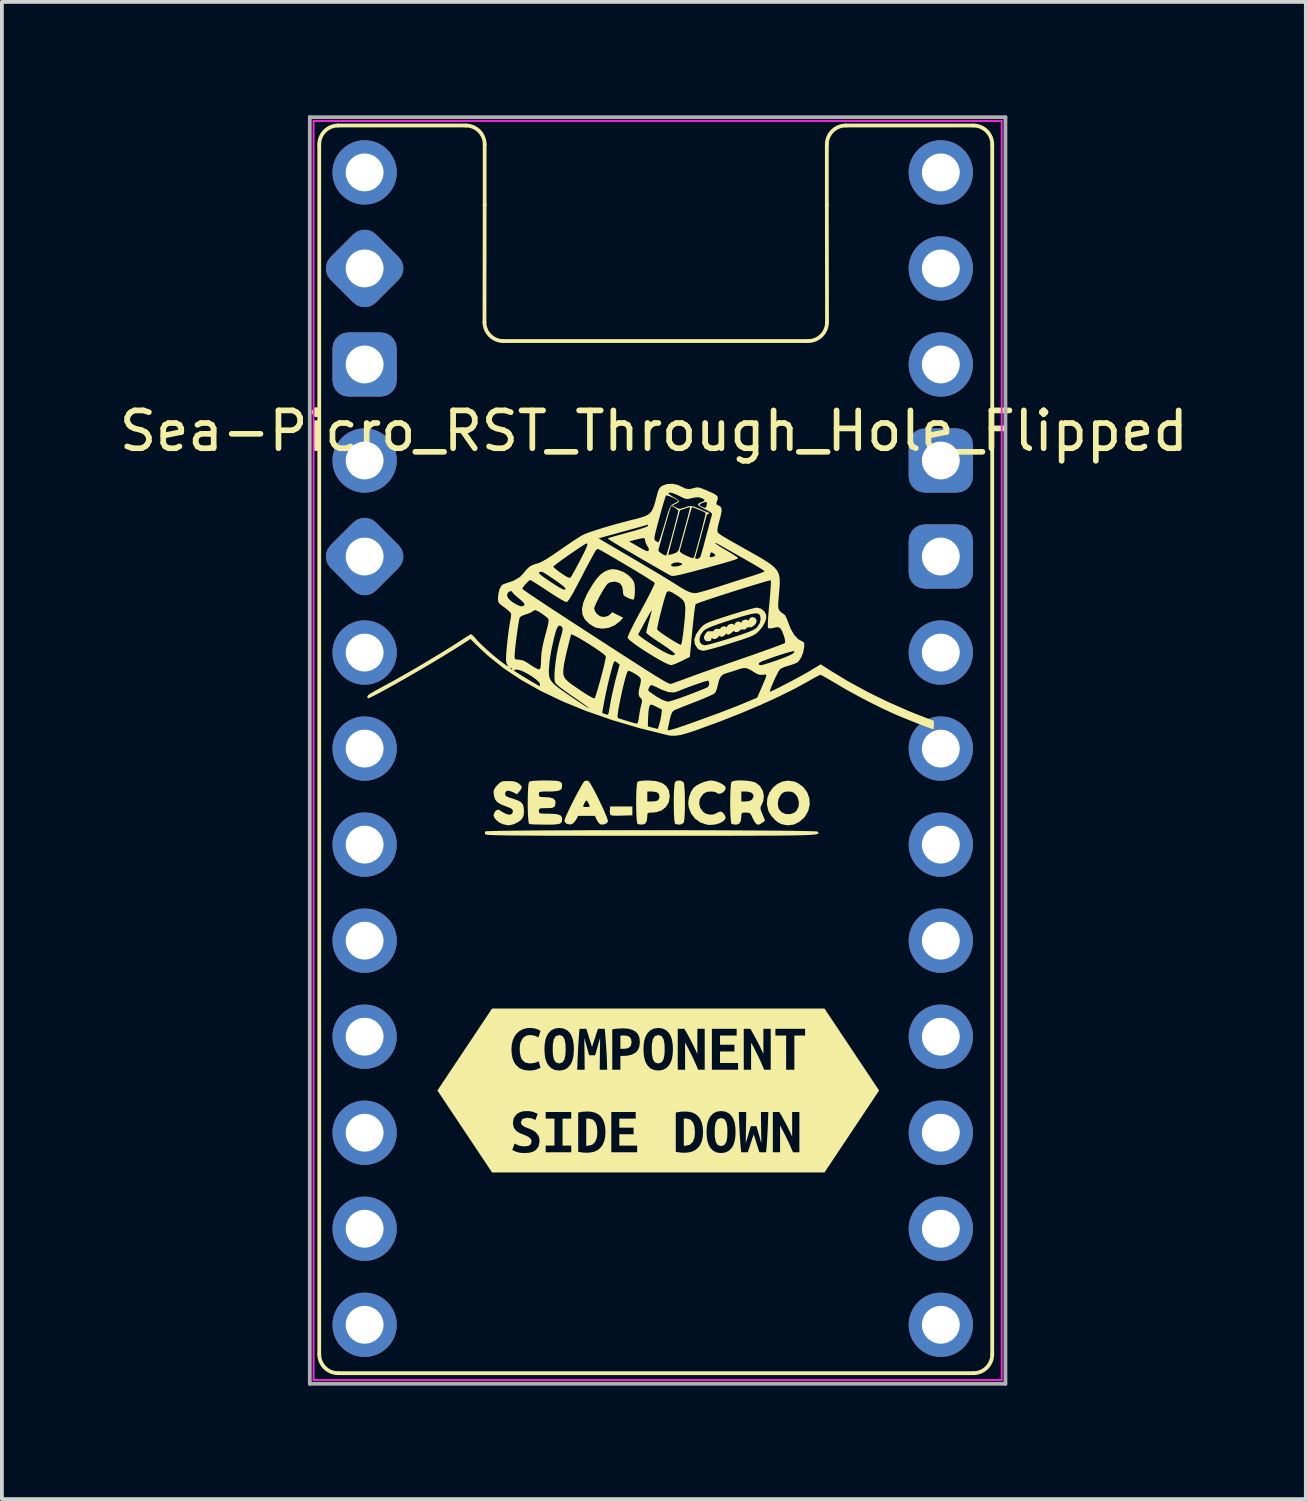
<source format=kicad_pcb>
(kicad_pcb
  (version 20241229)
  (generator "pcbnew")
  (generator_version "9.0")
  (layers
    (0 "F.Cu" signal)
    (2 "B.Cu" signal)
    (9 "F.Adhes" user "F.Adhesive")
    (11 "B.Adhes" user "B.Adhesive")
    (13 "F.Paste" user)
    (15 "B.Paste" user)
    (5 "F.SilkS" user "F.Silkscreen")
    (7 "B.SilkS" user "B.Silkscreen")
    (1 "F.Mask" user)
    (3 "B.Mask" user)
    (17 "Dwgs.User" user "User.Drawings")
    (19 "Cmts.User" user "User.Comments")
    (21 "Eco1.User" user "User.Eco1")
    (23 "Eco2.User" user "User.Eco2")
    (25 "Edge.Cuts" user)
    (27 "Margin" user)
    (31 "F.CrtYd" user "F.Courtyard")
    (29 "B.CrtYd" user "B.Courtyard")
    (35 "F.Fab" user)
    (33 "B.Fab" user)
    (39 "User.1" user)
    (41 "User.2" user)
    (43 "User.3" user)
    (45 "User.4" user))
  (footprint "Sea-Picro_RST_Through_Hole_Flipped"
    (layer "F.Cu")
    (at 14.244 16.75)
    (property "Reference" "Sea-Picro_RST_Through_Hole_Flipped" (at 0 -8.4 0) (unlocked yes) (layer "F.SilkS") (effects (font (size 1 1) (thickness 0.15))))
    (attr through_hole)
    (fp_line (start -8.85 -15.98) (end -8.85 16.02) (stroke (width 0.1) (type solid)) (layer "F.SilkS"))
    (fp_line (start -8.35 16.52) (end 8.45 16.52) (stroke (width 0.1) (type solid)) (layer "F.SilkS"))
    (fp_line (start -4.975 -16.48) (end -8.35 -16.48) (stroke (width 0.1) (type solid)) (layer "F.SilkS"))
    (fp_line (start -4.475 -14.38) (end -4.48 -11.28) (stroke (width 0.1) (type solid)) (layer "F.SilkS"))
    (fp_line (start -4.475 -14.38) (end -4.475 -15.98) (stroke (width 0.1) (type solid)) (layer "F.SilkS"))
    (fp_line (start -3.98 -10.78) (end 4.08 -10.78) (stroke (width 0.1) (type solid)) (layer "F.SilkS"))
    (fp_line (start 4.575 -14.38) (end 4.575 -15.98) (stroke (width 0.1) (type solid)) (layer "F.SilkS"))
    (fp_line (start 4.575 -14.38) (end 4.58 -11.28) (stroke (width 0.1) (type solid)) (layer "F.SilkS"))
    (fp_line (start 5.075 -16.48) (end 8.45 -16.48) (stroke (width 0.1) (type solid)) (layer "F.SilkS"))
    (fp_line (start 8.95 16.02) (end 8.95 -15.98) (stroke (width 0.1) (type solid)) (layer "F.SilkS"))
    (fp_arc (start -8.84951 -15.98) (mid -8.703064 -16.333557) (end -8.34951 -16.48) (stroke (width 0.1) (type solid)) (layer "F.SilkS"))
    (fp_arc (start -8.34951 16.52) (mid -8.703057 16.37355) (end -8.84951 16.02) (stroke (width 0.1) (type solid)) (layer "F.SilkS"))
    (fp_arc (start -4.97451 -16.48) (mid -4.62095 -16.333557) (end -4.47451 -15.98) (stroke (width 0.1) (type solid)) (layer "F.SilkS"))
    (fp_arc (start -3.98 -10.77951) (mid -4.333553 -10.925957) (end -4.48 -11.27951) (stroke (width 0.1) (type solid)) (layer "F.SilkS"))
    (fp_arc (start 4.57549 -15.98) (mid 4.721944 -16.333546) (end 5.07549 -16.48) (stroke (width 0.1) (type solid)) (layer "F.SilkS"))
    (fp_arc (start 4.58 -11.27951) (mid 4.433553 -10.925957) (end 4.08 -10.77951) (stroke (width 0.1) (type solid)) (layer "F.SilkS"))
    (fp_arc (start 8.45049 -16.48) (mid 8.804046 -16.333556) (end 8.95049 -15.98) (stroke (width 0.1) (type solid)) (layer "F.SilkS"))
    (fp_arc (start 8.95049 16.02) (mid 8.80405 16.37356) (end 8.45049 16.52) (stroke (width 0.1) (type solid)) (layer "F.SilkS"))
    (fp_poly (pts (xy -0.568 1.765) (xy -0.854 1.773) (xy -0.992 1.776) (xy -1.081 1.772) (xy -1.132 1.762) (xy -1.155 1.743) (xy -1.156 1.739) (xy -1.165 1.68) (xy -1.163 1.614) (xy -1.154 1.531) (xy -0.568 1.531)) (stroke (width 0) (type solid)) (fill yes) (layer "F.SilkS"))
    (fp_poly (pts (xy -0.779 7.587) (xy -0.832 7.588) (xy -0.885 7.592) (xy -0.885 7.941) (xy -0.798 7.941) (xy -0.708 7.931) (xy -0.643 7.9) (xy -0.603 7.845) (xy -0.59 7.76) (xy -0.603 7.679) (xy -0.642 7.626) (xy -0.702 7.597) (xy -0.779 7.587)) (stroke (width 0) (type solid)) (fill yes) (layer "F.SilkS"))
    (fp_poly (pts (xy -1.789 10.504) (xy -1.77 10.506) (xy -1.751 10.506) (xy -1.63 10.478) (xy -1.551 10.402) (xy -1.508 10.288) (xy -1.498 10.219) (xy -1.495 10.143) (xy -1.505 10.008) (xy -1.541 9.893) (xy -1.612 9.813) (xy -1.727 9.783) (xy -1.758 9.784) (xy -1.789 9.788) (xy -1.789 10.504)) (stroke (width 0) (type solid)) (fill yes) (layer "F.SilkS"))
    (fp_poly (pts (xy 0.792 10.504) (xy 0.811 10.506) (xy 0.83 10.506) (xy 0.951 10.478) (xy 1.03 10.402) (xy 1.073 10.288) (xy 1.083 10.219) (xy 1.086 10.143) (xy 1.076 10.008) (xy 1.039 9.893) (xy 0.969 9.813) (xy 0.854 9.783) (xy 0.823 9.784) (xy 0.792 9.788) (xy 0.792 10.504)) (stroke (width 0) (type solid)) (fill yes) (layer "F.SilkS"))
    (fp_poly (pts (xy 1.609 10.143) (xy 1.61 10.218) (xy 1.615 10.288) (xy 1.639 10.406) (xy 1.69 10.485) (xy 1.778 10.514) (xy 1.864 10.485) (xy 1.916 10.405) (xy 1.94 10.287) (xy 1.946 10.143) (xy 1.945 10.068) (xy 1.94 9.997) (xy 1.916 9.879) (xy 1.865 9.8) (xy 1.778 9.771) (xy 1.69 9.8) (xy 1.639 9.88) (xy 1.615 9.998) (xy 1.609 10.143)) (stroke (width 0) (type solid)) (fill yes) (layer "F.SilkS"))
    (fp_poly (pts (xy -2.675 7.952) (xy -2.674 8.028) (xy -2.669 8.099) (xy -2.645 8.219) (xy -2.593 8.299) (xy -2.504 8.329) (xy -2.416 8.299) (xy -2.364 8.218) (xy -2.339 8.098) (xy -2.335 8.028) (xy -2.333 7.952) (xy -2.335 7.876) (xy -2.339 7.804) (xy -2.364 7.685) (xy -2.415 7.604) (xy -2.504 7.575) (xy -2.593 7.604) (xy -2.645 7.685) (xy -2.669 7.805) (xy -2.674 7.876) (xy -2.675 7.952)) (stroke (width 0) (type solid)) (fill yes) (layer "F.SilkS"))
    (fp_poly (pts (xy -0.056 7.952) (xy -0.054 8.028) (xy -0.05 8.099) (xy -0.025 8.219) (xy 0.026 8.299) (xy 0.115 8.329) (xy 0.203 8.299) (xy 0.256 8.218) (xy 0.28 8.098) (xy 0.285 8.028) (xy 0.286 7.952) (xy 0.285 7.876) (xy 0.28 7.804) (xy 0.256 7.685) (xy 0.204 7.604) (xy 0.115 7.575) (xy 0.026 7.604) (xy -0.025 7.685) (xy -0.05 7.805) (xy -0.054 7.876) (xy -0.056 7.952)) (stroke (width 0) (type solid)) (fill yes) (layer "F.SilkS"))
    (fp_poly (pts (xy 0.708 0.847) (xy 0.774 0.878) (xy 0.791 0.9) (xy 0.802 0.949) (xy 0.811 1.047) (xy 0.818 1.182) (xy 0.821 1.345) (xy 0.822 1.428) (xy 0.82 1.601) (xy 0.815 1.751) (xy 0.807 1.868) (xy 0.797 1.941) (xy 0.791 1.957) (xy 0.739 1.999) (xy 0.657 2.012) (xy 0.566 1.994) (xy 0.566 1.994) (xy 0.552 1.961) (xy 0.541 1.88) (xy 0.533 1.764) (xy 0.529 1.622) (xy 0.527 1.468) (xy 0.527 1.31) (xy 0.531 1.162) (xy 0.538 1.034) (xy 0.548 0.938) (xy 0.56 0.884) (xy 0.564 0.878) (xy 0.629 0.847)) (stroke (width 0) (type solid)) (fill yes) (layer "F.SilkS"))
    (fp_poly (pts (xy 1.609 0.856) (xy 1.714 0.891) (xy 1.809 0.938) (xy 1.877 0.99) (xy 1.9 1.028) (xy 1.888 1.092) (xy 1.842 1.148) (xy 1.777 1.186) (xy 1.711 1.197) (xy 1.66 1.172) (xy 1.656 1.165) (xy 1.618 1.147) (xy 1.543 1.137) (xy 1.505 1.136) (xy 1.407 1.145) (xy 1.334 1.18) (xy 1.288 1.221) (xy 1.219 1.327) (xy 1.198 1.446) (xy 1.224 1.564) (xy 1.294 1.665) (xy 1.368 1.718) (xy 1.473 1.747) (xy 1.582 1.741) (xy 1.657 1.707) (xy 1.723 1.673) (xy 1.765 1.663) (xy 1.818 1.687) (xy 1.867 1.744) (xy 1.896 1.811) (xy 1.894 1.851) (xy 1.841 1.918) (xy 1.745 1.972) (xy 1.623 2.008) (xy 1.491 2.02) (xy 1.407 2.013) (xy 1.232 1.955) (xy 1.088 1.853) (xy 0.982 1.714) (xy 0.921 1.549) (xy 0.909 1.428) (xy 0.929 1.287) (xy 0.98 1.146) (xy 1.049 1.038) (xy 1.13 0.974) (xy 1.245 0.914) (xy 1.372 0.868) (xy 1.487 0.845) (xy 1.51 0.843)) (stroke (width 0) (type solid)) (fill yes) (layer "F.SilkS"))
    (fp_poly (pts (xy 3.709 0.87) (xy 3.809 0.911) (xy 3.954 1.018) (xy 4.056 1.156) (xy 4.113 1.313) (xy 4.123 1.481) (xy 4.084 1.648) (xy 3.995 1.803) (xy 3.974 1.827) (xy 3.845 1.94) (xy 3.7 2.009) (xy 3.551 2.029) (xy 3.499 2.023) (xy 3.421 2.007) (xy 3.374 1.997) (xy 3.29 1.957) (xy 3.196 1.88) (xy 3.109 1.782) (xy 3.043 1.678) (xy 3.029 1.646) (xy 2.99 1.476) (xy 2.991 1.457) (xy 3.278 1.457) (xy 3.297 1.576) (xy 3.31 1.605) (xy 3.383 1.686) (xy 3.485 1.73) (xy 3.598 1.735) (xy 3.705 1.7) (xy 3.77 1.647) (xy 3.826 1.542) (xy 3.837 1.418) (xy 3.804 1.295) (xy 3.76 1.226) (xy 3.697 1.165) (xy 3.629 1.14) (xy 3.558 1.136) (xy 3.466 1.144) (xy 3.402 1.177) (xy 3.355 1.226) (xy 3.298 1.332) (xy 3.278 1.457) (xy 2.991 1.457) (xy 3.001 1.314) (xy 3.055 1.165) (xy 3.143 1.038) (xy 3.26 0.938) (xy 3.398 0.872) (xy 3.55 0.847)) (stroke (width 0) (type solid)) (fill yes) (layer "F.SilkS"))
    (fp_poly (pts (xy 0.056 0.859) (xy 0.217 0.909) (xy 0.33 0.992) (xy 0.398 1.109) (xy 0.421 1.262) (xy 0.421 1.267) (xy 0.395 1.419) (xy 0.321 1.543) (xy 0.207 1.634) (xy 0.058 1.684) (xy -0.041 1.692) (xy -0.122 1.694) (xy -0.161 1.708) (xy -0.173 1.748) (xy -0.173 1.796) (xy -0.188 1.917) (xy -0.233 1.988) (xy -0.308 2.011) (xy -0.313 2.011) (xy -0.387 2.004) (xy -0.429 1.994) (xy -0.443 1.961) (xy -0.454 1.88) (xy -0.461 1.764) (xy -0.466 1.622) (xy -0.468 1.468) (xy -0.468 1.399) (xy -0.173 1.399) (xy -0.048 1.399) (xy 0.039 1.391) (xy 0.102 1.372) (xy 0.113 1.364) (xy 0.143 1.307) (xy 0.149 1.267) (xy 0.129 1.193) (xy 0.067 1.15) (xy -0.042 1.136) (xy -0.048 1.136) (xy -0.173 1.136) (xy -0.173 1.399) (xy -0.468 1.399) (xy -0.468 1.31) (xy -0.464 1.162) (xy -0.457 1.034) (xy -0.447 0.938) (xy -0.435 0.884) (xy -0.431 0.878) (xy -0.381 0.859) (xy -0.283 0.847) (xy -0.152 0.843)) (stroke (width 0) (type solid)) (fill yes) (layer "F.SilkS"))
    (fp_poly (pts (xy -1.732 0.859) (xy -1.699 0.896) (xy -1.649 0.977) (xy -1.587 1.089) (xy -1.517 1.224) (xy -1.444 1.37) (xy -1.374 1.518) (xy -1.31 1.658) (xy -1.259 1.779) (xy -1.225 1.872) (xy -1.213 1.925) (xy -1.214 1.93) (xy -1.256 1.979) (xy -1.329 2.008) (xy -1.406 2.007) (xy -1.417 2.003) (xy -1.458 1.967) (xy -1.502 1.9) (xy -1.51 1.883) (xy -1.56 1.78) (xy -2.002 1.78) (xy -2.061 1.889) (xy -2.131 1.976) (xy -2.215 2.01) (xy -2.308 1.988) (xy -2.317 1.983) (xy -2.358 1.935) (xy -2.366 1.902) (xy -2.352 1.855) (xy -2.315 1.767) (xy -2.261 1.649) (xy -2.205 1.532) (xy -1.871 1.532) (xy -1.845 1.542) (xy -1.784 1.545) (xy -1.783 1.545) (xy -1.721 1.542) (xy -1.695 1.532) (xy -1.695 1.532) (xy -1.707 1.49) (xy -1.736 1.432) (xy -1.766 1.384) (xy -1.783 1.37) (xy -1.806 1.393) (xy -1.837 1.445) (xy -1.863 1.501) (xy -1.871 1.532) (xy -2.205 1.532) (xy -2.195 1.513) (xy -2.122 1.367) (xy -2.047 1.222) (xy -1.976 1.089) (xy -1.913 0.977) (xy -1.865 0.897) (xy -1.835 0.86) (xy -1.834 0.859) (xy -1.764 0.846)) (stroke (width 0) (type solid)) (fill yes) (layer "F.SilkS"))
    (fp_poly (pts (xy 2.457 0.849) (xy 2.577 0.866) (xy 2.673 0.892) (xy 2.695 0.902) (xy 2.806 0.989) (xy 2.879 1.109) (xy 2.91 1.247) (xy 2.895 1.388) (xy 2.856 1.478) (xy 2.828 1.53) (xy 2.819 1.573) (xy 2.83 1.627) (xy 2.863 1.712) (xy 2.872 1.735) (xy 2.942 1.903) (xy 2.873 1.958) (xy 2.795 2.007) (xy 2.732 2.008) (xy 2.676 1.957) (xy 2.62 1.853) (xy 2.578 1.763) (xy 2.545 1.715) (xy 2.504 1.696) (xy 2.441 1.692) (xy 2.431 1.692) (xy 2.356 1.695) (xy 2.323 1.714) (xy 2.314 1.764) (xy 2.314 1.796) (xy 2.299 1.917) (xy 2.255 1.988) (xy 2.179 2.011) (xy 2.174 2.011) (xy 2.101 2.004) (xy 2.058 1.994) (xy 2.044 1.961) (xy 2.034 1.88) (xy 2.026 1.764) (xy 2.021 1.622) (xy 2.019 1.468) (xy 2.019 1.399) (xy 2.314 1.399) (xy 2.429 1.399) (xy 2.519 1.387) (xy 2.585 1.357) (xy 2.59 1.353) (xy 2.637 1.279) (xy 2.63 1.214) (xy 2.577 1.164) (xy 2.481 1.138) (xy 2.44 1.136) (xy 2.314 1.136) (xy 2.314 1.399) (xy 2.019 1.399) (xy 2.02 1.31) (xy 2.024 1.162) (xy 2.03 1.034) (xy 2.04 0.938) (xy 2.053 0.884) (xy 2.056 0.878) (xy 2.112 0.855) (xy 2.208 0.843) (xy 2.328 0.841)) (stroke (width 0) (type solid)) (fill yes) (layer "F.SilkS"))
    (fp_poly (pts (xy -0.972 -4.731) (xy -0.952 -4.727) (xy -0.807 -4.673) (xy -0.674 -4.587) (xy -0.571 -4.481) (xy -0.525 -4.403) (xy -0.509 -4.333) (xy -0.501 -4.234) (xy -0.502 -4.126) (xy -0.51 -4.028) (xy -0.525 -3.959) (xy -0.534 -3.943) (xy -0.57 -3.943) (xy -0.639 -3.965) (xy -0.686 -3.986) (xy -0.765 -4.028) (xy -0.803 -4.067) (xy -0.816 -4.121) (xy -0.817 -4.164) (xy -0.838 -4.289) (xy -0.898 -4.372) (xy -0.998 -4.411) (xy -1.046 -4.415) (xy -1.15 -4.4) (xy -1.22 -4.364) (xy -1.263 -4.311) (xy -1.321 -4.223) (xy -1.387 -4.112) (xy -1.453 -3.992) (xy -1.511 -3.877) (xy -1.555 -3.781) (xy -1.577 -3.717) (xy -1.578 -3.706) (xy -1.559 -3.643) (xy -1.514 -3.57) (xy -1.509 -3.563) (xy -1.42 -3.499) (xy -1.314 -3.481) (xy -1.212 -3.509) (xy -1.163 -3.545) (xy -1.101 -3.608) (xy -0.81 -3.461) (xy -0.894 -3.372) (xy -1.033 -3.263) (xy -1.194 -3.194) (xy -1.363 -3.171) (xy -1.524 -3.196) (xy -1.548 -3.205) (xy -1.619 -3.242) (xy -1.702 -3.296) (xy -1.716 -3.307) (xy -1.826 -3.417) (xy -1.888 -3.544) (xy -1.901 -3.691) (xy -1.866 -3.862) (xy -1.782 -4.061) (xy -1.724 -4.167) (xy -1.609 -4.358) (xy -1.507 -4.501) (xy -1.412 -4.604) (xy -1.316 -4.674) (xy -1.238 -4.711) (xy -1.148 -4.74) (xy -1.07 -4.746)) (stroke (width 0) (type solid)) (fill yes) (layer "F.SilkS"))
    (fp_poly (pts (xy -3.727 0.863) (xy -3.642 0.883) (xy -3.579 0.918) (xy -3.51 0.978) (xy -3.491 1.029) (xy -3.52 1.088) (xy -3.55 1.125) (xy -3.622 1.209) (xy -3.723 1.155) (xy -3.825 1.115) (xy -3.895 1.118) (xy -3.93 1.164) (xy -3.934 1.193) (xy -3.927 1.233) (xy -3.899 1.263) (xy -3.836 1.291) (xy -3.743 1.319) (xy -3.604 1.367) (xy -3.513 1.418) (xy -3.462 1.484) (xy -3.439 1.574) (xy -3.436 1.648) (xy -3.441 1.749) (xy -3.461 1.816) (xy -3.505 1.875) (xy -3.524 1.895) (xy -3.603 1.952) (xy -3.705 1.999) (xy -3.805 2.026) (xy -3.875 2.026) (xy -3.924 2.015) (xy -3.983 2.002) (xy -4.071 1.965) (xy -4.154 1.904) (xy -4.217 1.832) (xy -4.241 1.767) (xy -4.22 1.697) (xy -4.183 1.648) (xy -4.145 1.619) (xy -4.11 1.615) (xy -4.06 1.641) (xy -4.01 1.675) (xy -3.908 1.73) (xy -3.82 1.748) (xy -3.757 1.73) (xy -3.729 1.676) (xy -3.729 1.664) (xy -3.736 1.622) (xy -3.766 1.59) (xy -3.831 1.559) (xy -3.915 1.528) (xy -4.056 1.471) (xy -4.149 1.41) (xy -4.203 1.335) (xy -4.23 1.236) (xy -4.233 1.216) (xy -4.238 1.132) (xy -4.222 1.072) (xy -4.178 1.009) (xy -4.144 0.971) (xy -4.085 0.91) (xy -4.034 0.876) (xy -3.972 0.861) (xy -3.877 0.858) (xy -3.85 0.858)) (stroke (width 0) (type solid)) (fill yes) (layer "F.SilkS"))
    (fp_poly (pts (xy -2.708 0.845) (xy -2.585 0.851) (xy -2.504 0.865) (xy -2.457 0.889) (xy -2.434 0.927) (xy -2.427 0.981) (xy -2.427 0.994) (xy -2.437 1.055) (xy -2.475 1.096) (xy -2.549 1.121) (xy -2.665 1.133) (xy -2.79 1.136) (xy -2.911 1.136) (xy -2.986 1.141) (xy -3.024 1.152) (xy -3.039 1.173) (xy -3.041 1.208) (xy -3.041 1.209) (xy -3.036 1.253) (xy -3.012 1.274) (xy -2.953 1.281) (xy -2.897 1.282) (xy -2.749 1.292) (xy -2.653 1.324) (xy -2.607 1.377) (xy -2.602 1.411) (xy -2.607 1.492) (xy -2.631 1.541) (xy -2.684 1.566) (xy -2.779 1.574) (xy -2.839 1.575) (xy -2.945 1.576) (xy -3.006 1.582) (xy -3.033 1.599) (xy -3.041 1.63) (xy -3.041 1.648) (xy -3.039 1.684) (xy -3.023 1.706) (xy -2.982 1.717) (xy -2.905 1.721) (xy -2.809 1.721) (xy -2.647 1.726) (xy -2.535 1.741) (xy -2.466 1.77) (xy -2.433 1.816) (xy -2.427 1.861) (xy -2.431 1.919) (xy -2.45 1.96) (xy -2.491 1.988) (xy -2.564 2.003) (xy -2.676 2.01) (xy -2.836 2.012) (xy -2.879 2.011) (xy -3.025 2.009) (xy -3.151 2.006) (xy -3.245 2.001) (xy -3.294 1.995) (xy -3.297 1.994) (xy -3.311 1.961) (xy -3.321 1.88) (xy -3.329 1.764) (xy -3.334 1.622) (xy -3.336 1.468) (xy -3.335 1.31) (xy -3.331 1.162) (xy -3.325 1.034) (xy -3.315 0.938) (xy -3.302 0.884) (xy -3.299 0.878) (xy -3.252 0.861) (xy -3.151 0.85) (xy -2.994 0.844) (xy -2.88 0.843)) (stroke (width 0) (type solid)) (fill yes) (layer "F.SilkS"))
    (fp_poly (pts (xy -0.038 2.158) (xy 0.401 2.158) (xy 0.836 2.159) (xy 1.263 2.16) (xy 1.677 2.161) (xy 2.076 2.163) (xy 2.455 2.165) (xy 2.81 2.167) (xy 3.138 2.169) (xy 3.434 2.172) (xy 3.694 2.175) (xy 3.915 2.179) (xy 4.093 2.182) (xy 4.223 2.186) (xy 4.303 2.191) (xy 4.327 2.194) (xy 4.341 2.209) (xy 4.352 2.223) (xy 4.357 2.235) (xy 4.352 2.246) (xy 4.336 2.256) (xy 4.306 2.264) (xy 4.259 2.272) (xy 4.192 2.279) (xy 4.102 2.284) (xy 3.988 2.289) (xy 3.847 2.293) (xy 3.675 2.297) (xy 3.47 2.299) (xy 3.229 2.302) (xy 2.951 2.303) (xy 2.631 2.304) (xy 2.268 2.305) (xy 1.859 2.306) (xy 1.402 2.306) (xy 0.892 2.306) (xy 0.329 2.306) (xy -0.075 2.306) (xy -0.674 2.306) (xy -1.216 2.306) (xy -1.705 2.306) (xy -2.144 2.305) (xy -2.534 2.304) (xy -2.88 2.304) (xy -3.183 2.302) (xy -3.446 2.301) (xy -3.671 2.299) (xy -3.862 2.297) (xy -4.021 2.294) (xy -4.151 2.292) (xy -4.254 2.288) (xy -4.333 2.285) (xy -4.391 2.28) (xy -4.43 2.276) (xy -4.454 2.27) (xy -4.463 2.265) (xy -4.464 2.264) (xy -4.468 2.208) (xy -4.461 2.191) (xy -4.43 2.186) (xy -4.344 2.182) (xy -4.207 2.178) (xy -4.023 2.175) (xy -3.797 2.172) (xy -3.532 2.169) (xy -3.231 2.166) (xy -2.9 2.164) (xy -2.541 2.162) (xy -2.159 2.161) (xy -1.758 2.159) (xy -1.341 2.159) (xy -0.913 2.158) (xy -0.478 2.158)) (stroke (width 0) (type solid)) (fill yes) (layer "F.SilkS"))
    (fp_poly (pts (xy 2.658 -3.468) (xy 2.684 -3.451) (xy 2.72 -3.387) (xy 2.703 -3.318) (xy 2.661 -3.263) (xy 2.584 -3.212) (xy 2.531 -3.209) (xy 2.468 -3.204) (xy 2.447 -3.179) (xy 2.406 -3.149) (xy 2.357 -3.15) (xy 2.303 -3.152) (xy 2.285 -3.138) (xy 2.26 -3.105) (xy 2.207 -3.084) (xy 2.153 -3.083) (xy 2.132 -3.096) (xy 2.103 -3.108) (xy 2.074 -3.081) (xy 2.024 -3.037) (xy 1.973 -3.014) (xy 1.938 -3.019) (xy 1.934 -3.033) (xy 1.92 -3.043) (xy 1.897 -3.021) (xy 1.847 -2.977) (xy 1.795 -2.955) (xy 1.761 -2.962) (xy 1.757 -2.976) (xy 1.744 -2.989) (xy 1.72 -2.966) (xy 1.661 -2.914) (xy 1.598 -2.894) (xy 1.552 -2.911) (xy 1.549 -2.915) (xy 1.529 -2.933) (xy 1.524 -2.902) (xy 1.511 -2.858) (xy 1.497 -2.851) (xy 1.446 -2.842) (xy 1.431 -2.837) (xy 1.381 -2.845) (xy 1.356 -2.865) (xy 1.323 -2.919) (xy 1.331 -2.978) (xy 1.368 -3.044) (xy 1.417 -3.098) (xy 1.479 -3.106) (xy 1.497 -3.103) (xy 1.566 -3.103) (xy 1.595 -3.133) (xy 1.636 -3.167) (xy 1.685 -3.165) (xy 1.739 -3.164) (xy 1.758 -3.178) (xy 1.782 -3.21) (xy 1.836 -3.232) (xy 1.89 -3.233) (xy 1.911 -3.22) (xy 1.93 -3.205) (xy 1.933 -3.224) (xy 1.958 -3.265) (xy 2.013 -3.293) (xy 2.074 -3.302) (xy 2.114 -3.283) (xy 2.133 -3.265) (xy 2.138 -3.293) (xy 2.162 -3.336) (xy 2.215 -3.36) (xy 2.27 -3.357) (xy 2.291 -3.34) (xy 2.31 -3.32) (xy 2.313 -3.342) (xy 2.339 -3.382) (xy 2.395 -3.408) (xy 2.457 -3.411) (xy 2.482 -3.4) (xy 2.513 -3.389) (xy 2.519 -3.414) (xy 2.543 -3.456) (xy 2.597 -3.476)) (stroke (width 0) (type solid)) (fill yes) (layer "F.SilkS"))
    (fp_poly (pts (xy 2.836 -3.701) (xy 2.924 -3.626) (xy 2.968 -3.543) (xy 2.973 -3.451) (xy 2.938 -3.338) (xy 2.87 -3.218) (xy 2.783 -3.114) (xy 2.738 -3.07) (xy 2.693 -3.034) (xy 2.641 -3.002) (xy 2.573 -2.97) (xy 2.481 -2.934) (xy 2.357 -2.891) (xy 2.192 -2.838) (xy 2.021 -2.784) (xy 1.834 -2.726) (xy 1.661 -2.675) (xy 1.511 -2.634) (xy 1.394 -2.604) (xy 1.319 -2.588) (xy 1.302 -2.587) (xy 1.202 -2.614) (xy 1.152 -2.653) (xy 1.082 -2.766) (xy 1.07 -2.89) (xy 1.081 -2.922) (xy 1.21 -2.922) (xy 1.213 -2.834) (xy 1.252 -2.768) (xy 1.325 -2.735) (xy 1.35 -2.734) (xy 1.405 -2.742) (xy 1.505 -2.767) (xy 1.642 -2.805) (xy 1.805 -2.853) (xy 1.985 -2.908) (xy 2.045 -2.928) (xy 2.257 -2.997) (xy 2.419 -3.053) (xy 2.54 -3.098) (xy 2.626 -3.136) (xy 2.685 -3.17) (xy 2.724 -3.203) (xy 2.727 -3.205) (xy 2.801 -3.318) (xy 2.825 -3.436) (xy 2.809 -3.515) (xy 2.789 -3.549) (xy 2.755 -3.57) (xy 2.702 -3.577) (xy 2.623 -3.569) (xy 2.511 -3.545) (xy 2.361 -3.504) (xy 2.167 -3.444) (xy 1.996 -3.39) (xy 1.78 -3.319) (xy 1.614 -3.261) (xy 1.491 -3.214) (xy 1.403 -3.174) (xy 1.344 -3.139) (xy 1.316 -3.115) (xy 1.244 -3.019) (xy 1.21 -2.922) (xy 1.081 -2.922) (xy 1.116 -3.024) (xy 1.219 -3.169) (xy 1.239 -3.192) (xy 1.279 -3.234) (xy 1.319 -3.269) (xy 1.368 -3.3) (xy 1.432 -3.332) (xy 1.521 -3.367) (xy 1.643 -3.41) (xy 1.805 -3.464) (xy 1.991 -3.524) (xy 2.18 -3.583) (xy 2.355 -3.636) (xy 2.508 -3.679) (xy 2.629 -3.71) (xy 2.708 -3.727) (xy 2.728 -3.728)) (stroke (width 0) (type solid)) (fill yes) (layer "F.SilkS"))
    (fp_poly (pts (xy -3.767 6.875) (xy -3.628 7.535) (xy -3.556 7.472) (xy -3.473 7.425) (xy -3.378 7.397) (xy -3.276 7.388) (xy -3.172 7.397) (xy -3.091 7.419) (xy -3.032 7.445) (xy -2.997 7.466) (xy -3.053 7.637) (xy -3.149 7.593) (xy -3.28 7.575) (xy -3.378 7.593) (xy -3.464 7.654) (xy -3.525 7.768) (xy -3.543 7.849) (xy -3.548 7.947) (xy -3.541 8.06) (xy -3.52 8.155) (xy -2.894 7.952) (xy -2.887 7.821) (xy -2.868 7.707) (xy -2.836 7.61) (xy -2.791 7.53) (xy -2.713 7.451) (xy -2.618 7.404) (xy -2.504 7.388) (xy -2.387 7.404) (xy -2.291 7.451) (xy -2.214 7.53) (xy -2.171 7.61) (xy -2.14 7.707) (xy -2.121 7.821) (xy -1.986 7.658) (xy -1.976 7.53) (xy -1.965 7.412) (xy -1.787 7.412) (xy -1.756 7.506) (xy -1.717 7.63) (xy -1.675 7.765) (xy -1.635 7.891) (xy -1.591 7.757) (xy -1.547 7.624) (xy -1.509 7.505) (xy -1.477 7.412) (xy -1.299 7.412) (xy -1.287 7.552) (xy -1.276 7.688) (xy -1.265 7.822) (xy -1.1 8.493) (xy -1.1 7.426) (xy -1.03 7.414) (xy -0.95 7.406) (xy -0.871 7.402) (xy -0.803 7.4) (xy -0.676 7.409) (xy -0.57 7.438) (xy -0.484 7.485) (xy -0.421 7.553) (xy -0.383 7.645) (xy -0.37 7.761) (xy -0.383 7.879) (xy -0.421 7.972) (xy -0.274 7.952) (xy -0.268 7.821) (xy -0.249 7.707) (xy -0.216 7.61) (xy -0.171 7.53) (xy -0.094 7.451) (xy 0.002 7.404) (xy 0.115 7.388) (xy 0.232 7.404) (xy 0.329 7.451) (xy 0.405 7.53) (xy 0.449 7.61) (xy 0.48 7.707) (xy 0.498 7.821) (xy 0.505 7.952) (xy 0.498 8.083) (xy 0.479 8.197) (xy 0.448 8.294) (xy 0.403 8.373) (xy 0.326 8.453) (xy 0.231 8.5) (xy 0.117 8.516) (xy 0 8.5) (xy -0.097 8.453) (xy -0.174 8.373) (xy -0.218 8.294) (xy -0.249 8.197) (xy -0.268 8.083) (xy -0.274 7.952) (xy -0.421 7.972) (xy -0.485 8.042) (xy -0.572 8.09) (xy -0.679 8.119) (xy -0.809 8.128) (xy -0.885 8.128) (xy -0.885 8.493) (xy -1.1 8.493) (xy -1.265 7.822) (xy -1.257 7.954) (xy -1.249 8.087) (xy -1.243 8.22) (xy -1.239 8.355) (xy -1.235 8.493) (xy -1.432 8.493) (xy -1.422 7.653) (xy -1.554 8.111) (xy -1.711 8.111) (xy -1.839 7.653) (xy -1.83 8.493) (xy -2.027 8.493) (xy -2.022 8.358) (xy -2.016 8.217) (xy -2.01 8.074) (xy -2.003 7.933) (xy -1.995 7.793) (xy -1.986 7.658) (xy -2.121 7.821) (xy -2.115 7.952) (xy -2.121 8.083) (xy -2.14 8.197) (xy -2.172 8.294) (xy -2.216 8.373) (xy -2.293 8.453) (xy -2.388 8.5) (xy -2.502 8.516) (xy -2.619 8.5) (xy -2.716 8.453) (xy -2.793 8.373) (xy -2.837 8.294) (xy -2.869 8.197) (xy -2.887 8.083) (xy -2.894 7.952) (xy -3.52 8.155) (xy -3.485 8.23) (xy -3.401 8.304) (xy -3.276 8.329) (xy -3.137 8.31) (xy -3.049 8.271) (xy -2.995 8.441) (xy -3.118 8.492) (xy -3.202 8.51) (xy -3.297 8.516) (xy -3.437 8.5) (xy -3.554 8.451) (xy -3.646 8.369) (xy -3.699 8.288) (xy -3.737 8.191) (xy -3.759 8.079) (xy -3.767 7.952) (xy -3.758 7.825) (xy -3.73 7.713) (xy -3.686 7.616) (xy -3.628 7.535) (xy -3.767 6.875) (xy -4.279 6.875) (xy -3.632 9.671) (xy -3.559 9.624) (xy -3.47 9.596) (xy -3.365 9.587) (xy -3.273 9.592) (xy -3.194 9.609) (xy -3.071 9.659) (xy -3.133 9.823) (xy -3.228 9.781) (xy -3.349 9.764) (xy -3.476 9.795) (xy -3.518 9.886) (xy -3.501 9.94) (xy -3.457 9.982) (xy -3.397 10.014) (xy -3.33 10.039) (xy -3.226 10.082) (xy -3.127 10.143) (xy -3.052 10.24) (xy -3.03 10.305) (xy -3.023 10.385) (xy -3.047 10.518) (xy -2.861 10.676) (xy -2.861 10.5) (xy -2.629 10.5) (xy -2.629 9.786) (xy -2.861 9.786) (xy -2.861 9.611) (xy -2.185 9.611) (xy -2.185 9.786) (xy -2.415 9.786) (xy -2.415 10.5) (xy -2.185 10.5) (xy -2.001 10.664) (xy -2.001 9.625) (xy -1.865 9.604) (xy -1.746 9.599) (xy -1.646 9.607) (xy -1.554 9.63) (xy -1.474 9.67) (xy -1.407 9.727) (xy -1.353 9.802) (xy -1.313 9.896) (xy -1.288 10.009) (xy -1.28 10.143) (xy -1.289 10.28) (xy -1.317 10.395) (xy -1.361 10.489) (xy -1.419 10.564) (xy -1.491 10.621) (xy -1.575 10.66) (xy -1.67 10.682) (xy -1.773 10.69) (xy -1.884 10.684) (xy -2.001 10.664) (xy -2.185 10.5) (xy -2.185 10.676) (xy -2.861 10.676) (xy -3.047 10.518) (xy -3.12 10.617) (xy -3.196 10.662) (xy -3.294 10.689) (xy -3.415 10.698) (xy -3.534 10.691) (xy -3.626 10.67) (xy -3.745 10.617) (xy -3.683 10.445) (xy -3.572 10.497) (xy -3.501 10.515) (xy -3.415 10.521) (xy -3.326 10.51) (xy -3.27 10.479) (xy -3.242 10.434) (xy -3.234 10.383) (xy -3.253 10.325) (xy -3.301 10.279) (xy -3.367 10.243) (xy -3.439 10.213) (xy -3.539 10.174) (xy -3.632 10.117) (xy -3.702 10.032) (xy -3.73 9.905) (xy -3.705 9.772) (xy -3.632 9.671) (xy -4.279 6.875) (xy -5.725 9.043) (xy -4.279 11.211) (xy -1.125 10.676) (xy -1.125 9.611) (xy -0.48 9.611) (xy -0.48 9.786) (xy 0.58 10.664) (xy 0.58 9.625) (xy 0.716 9.604) (xy 0.835 9.599) (xy 0.935 9.607) (xy 1.027 9.63) (xy 1.107 9.67) (xy 1.174 9.727) (xy 1.227 9.802) (xy 1.267 9.896) (xy 1.293 10.009) (xy 1.394 10.143) (xy 1.4 10.013) (xy 1.419 9.901) (xy 1.451 9.806) (xy 1.495 9.727) (xy 1.572 9.649) (xy 1.666 9.602) (xy 1.778 9.587) (xy 1.893 9.602) (xy 1.988 9.649) (xy 2.063 9.727) (xy 2.106 9.806) (xy 2.256 9.878) (xy 2.251 9.742) (xy 2.247 9.611) (xy 2.443 9.611) (xy 2.442 9.714) (xy 2.44 9.821) (xy 2.438 9.929) (xy 2.436 10.037) (xy 2.435 10.143) (xy 2.433 10.247) (xy 2.432 10.346) (xy 2.431 10.439) (xy 2.467 10.318) (xy 2.504 10.189) (xy 2.538 10.072) (xy 2.562 9.988) (xy 2.717 9.988) (xy 2.738 10.069) (xy 2.768 10.175) (xy 2.804 10.301) (xy 2.842 10.439) (xy 2.842 10.346) (xy 2.841 10.247) (xy 2.839 10.143) (xy 2.837 10.038) (xy 2.836 9.93) (xy 2.834 9.822) (xy 2.833 9.714) (xy 2.832 9.611) (xy 3.028 9.611) (xy 3.023 9.744) (xy 3.018 9.88) (xy 3.012 10.018) (xy 3.006 10.155) (xy 2.998 10.291) (xy 2.99 10.425) (xy 2.979 10.554) (xy 2.968 10.676) (xy 2.793 10.676) (xy 2.755 10.563) (xy 2.717 10.443) (xy 2.679 10.321) (xy 2.641 10.205) (xy 2.602 10.318) (xy 2.562 10.44) (xy 2.522 10.563) (xy 2.486 10.676) (xy 2.311 10.676) (xy 2.298 10.554) (xy 2.287 10.424) (xy 2.277 10.29) (xy 2.269 10.154) (xy 2.262 10.017) (xy 2.256 9.878) (xy 2.106 9.806) (xy 2.137 9.901) (xy 2.155 10.013) (xy 2.161 10.143) (xy 2.155 10.272) (xy 2.136 10.384) (xy 2.105 10.48) (xy 2.061 10.558) (xy 1.986 10.636) (xy 1.892 10.683) (xy 1.779 10.698) (xy 1.664 10.683) (xy 1.569 10.636) (xy 1.493 10.558) (xy 1.45 10.48) (xy 1.419 10.384) (xy 1.4 10.272) (xy 1.394 10.143) (xy 1.293 10.009) (xy 1.301 10.143) (xy 1.292 10.28) (xy 1.264 10.395) (xy 1.22 10.489) (xy 1.162 10.564) (xy 1.09 10.621) (xy 1.006 10.66) (xy 0.911 10.682) (xy 0.807 10.69) (xy 0.696 10.684) (xy 0.58 10.664) (xy -0.48 9.786) (xy -0.913 9.786) (xy -0.913 10.026) (xy -0.536 10.026) (xy -0.536 10.201) (xy -0.913 10.201) (xy -0.913 10.5) (xy -0.442 10.5) (xy -0.442 10.676) (xy -1.125 10.676) (xy -4.279 11.211) (xy -3.767 11.211) (xy 3.679 10.676) (xy 3.629 10.558) (xy 3.577 10.44) (xy 3.521 10.322) (xy 3.463 10.205) (xy 3.402 10.087) (xy 3.338 9.969) (xy 3.338 10.676) (xy 3.147 10.676) (xy 3.147 9.611) (xy 3.317 9.611) (xy 3.366 9.69) (xy 3.414 9.775) (xy 3.461 9.864) (xy 3.507 9.952) (xy 3.551 10.038) (xy 3.592 10.122) (xy 3.628 10.199) (xy 3.658 10.266) (xy 3.658 9.611) (xy 3.849 9.611) (xy 3.849 10.676) (xy 3.679 10.676) (xy -3.767 11.211) (xy 4.001 11.211) (xy 4.513 11.211) (xy 5.958 9.043) (xy 1.172 8.493) (xy 1.121 8.373) (xy 1.068 8.254) (xy 1.012 8.134) (xy 0.953 8.015) (xy 0.891 7.895) (xy 0.826 7.775) (xy 0.826 8.493) (xy 0.632 8.493) (xy 0.632 7.412) (xy 0.805 7.412) (xy 0.854 7.492) (xy 0.903 7.579) (xy 0.951 7.669) (xy 0.998 7.758) (xy 1.042 7.846) (xy 1.083 7.931) (xy 1.12 8.009) (xy 1.151 8.078) (xy 1.151 7.412) (xy 1.345 7.412) (xy 1.535 8.493) (xy 1.535 7.412) (xy 2.19 7.412) (xy 2.19 7.59) (xy 1.75 7.59) (xy 1.75 7.833) (xy 2.132 7.833) (xy 2.132 8.011) (xy 1.75 8.011) (xy 1.75 8.315) (xy 2.228 8.315) (xy 2.228 8.493) (xy 1.535 8.493) (xy 1.345 7.412) (xy 1.345 8.493) (xy 1.172 8.493) (xy 5.958 9.043) (xy 4.513 6.875) (xy 3.091 7.412) (xy 3.091 8.493) (xy 3.499 8.493) (xy 3.499 7.59) (xy 3.215 7.59) (xy 3.215 7.412) (xy 4.001 7.412) (xy 4.001 7.59) (xy 3.716 7.59) (xy 3.716 8.493) (xy 3.499 8.493) (xy 3.091 8.493) (xy 2.918 8.493) (xy 2.868 8.373) (xy 2.814 8.254) (xy 2.758 8.134) (xy 2.699 8.015) (xy 2.637 7.895) (xy 2.572 7.775) (xy 2.572 8.493) (xy 2.378 8.493) (xy 2.378 7.412) (xy 2.551 7.412) (xy 2.6 7.492) (xy 2.649 7.579) (xy 2.697 7.669) (xy 2.744 7.758) (xy 2.789 7.846) (xy 2.83 7.931) (xy 2.866 8.009) (xy 2.897 8.078) (xy 2.897 7.412) (xy 3.091 7.412) (xy 4.513 6.875) (xy 4.001 6.875) (xy -3.767 6.875)) (stroke (width 0) (type solid)) (fill yes) (layer "F.SilkS"))
    (fp_poly (pts (xy 0.643 -6.971) (xy 0.719 -6.934) (xy 0.84 -6.876) (xy 0.952 -6.864) (xy 1.072 -6.894) (xy 1.125 -6.908) (xy 1.178 -6.908) (xy 1.247 -6.889) (xy 1.347 -6.85) (xy 1.396 -6.829) (xy 1.534 -6.769) (xy 1.624 -6.723) (xy 1.674 -6.683) (xy 1.692 -6.638) (xy 1.683 -6.581) (xy 1.655 -6.502) (xy 1.654 -6.499) (xy 1.662 -6.455) (xy 1.697 -6.436) (xy 1.754 -6.408) (xy 1.785 -6.362) (xy 1.792 -6.29) (xy 1.774 -6.181) (xy 1.737 -6.041) (xy 1.699 -5.898) (xy 1.682 -5.8) (xy 1.683 -5.741) (xy 1.69 -5.722) (xy 1.703 -5.705) (xy 1.723 -5.686) (xy 1.756 -5.661) (xy 1.808 -5.627) (xy 1.883 -5.582) (xy 1.987 -5.521) (xy 2.126 -5.442) (xy 2.305 -5.341) (xy 2.529 -5.215) (xy 2.545 -5.206) (xy 2.773 -5.077) (xy 2.953 -4.969) (xy 3.093 -4.875) (xy 3.195 -4.787) (xy 3.265 -4.7) (xy 3.308 -4.606) (xy 3.328 -4.497) (xy 3.331 -4.368) (xy 3.32 -4.212) (xy 3.311 -4.108) (xy 3.297 -3.948) (xy 3.289 -3.836) (xy 3.289 -3.76) (xy 3.296 -3.708) (xy 3.312 -3.671) (xy 3.32 -3.656) (xy 3.374 -3.598) (xy 3.423 -3.568) (xy 3.473 -3.525) (xy 3.52 -3.429) (xy 3.53 -3.398) (xy 3.617 -3.174) (xy 3.713 -3.006) (xy 3.82 -2.893) (xy 3.929 -2.834) (xy 3.965 -2.814) (xy 3.98 -2.774) (xy 3.977 -2.697) (xy 3.976 -2.679) (xy 3.948 -2.538) (xy 3.897 -2.41) (xy 3.831 -2.311) (xy 3.792 -2.277) (xy 3.729 -2.247) (xy 3.632 -2.213) (xy 3.555 -2.19) (xy 3.454 -2.158) (xy 3.371 -2.121) (xy 3.334 -2.096) (xy 3.305 -2.052) (xy 3.263 -1.975) (xy 3.214 -1.876) (xy 3.165 -1.769) (xy 3.121 -1.666) (xy 3.086 -1.579) (xy 3.068 -1.521) (xy 3.069 -1.505) (xy 3.107 -1.518) (xy 3.187 -1.555) (xy 3.299 -1.61) (xy 3.434 -1.679) (xy 3.582 -1.756) (xy 3.734 -1.837) (xy 3.881 -1.916) (xy 4.013 -1.989) (xy 4.121 -2.051) (xy 4.148 -2.068) (xy 4.413 -2.229) (xy 4.673 -2.062) (xy 5.142 -1.778) (xy 5.652 -1.5) (xy 6.187 -1.238) (xy 6.728 -1) (xy 7.003 -0.889) (xy 7.406 -0.734) (xy 7.406 -0.622) (xy 7.403 -0.55) (xy 7.396 -0.512) (xy 7.394 -0.51) (xy 7.359 -0.52) (xy 7.279 -0.549) (xy 7.166 -0.591) (xy 7.029 -0.644) (xy 6.88 -0.703) (xy 6.727 -0.763) (xy 6.582 -0.822) (xy 6.455 -0.874) (xy 6.356 -0.917) (xy 6.354 -0.918) (xy 6.062 -1.053) (xy 5.742 -1.211) (xy 5.417 -1.381) (xy 5.105 -1.551) (xy 4.831 -1.712) (xy 4.694 -1.793) (xy 4.574 -1.863) (xy 4.48 -1.916) (xy 4.421 -1.946) (xy 4.406 -1.951) (xy 4.37 -1.937) (xy 4.296 -1.899) (xy 4.195 -1.844) (xy 4.114 -1.797) (xy 3.734 -1.588) (xy 3.303 -1.374) (xy 2.827 -1.156) (xy 2.313 -0.939) (xy 1.767 -0.724) (xy 1.196 -0.514) (xy 1.065 -0.468) (xy 0.863 -0.402) (xy 0.702 -0.36) (xy 0.571 -0.34) (xy 0.459 -0.34) (xy 0.368 -0.354) (xy -0.224 -0.503) (xy 0.364 -0.503) (xy 0.368 -0.487) (xy 0.395 -0.485) (xy 0.453 -0.496) (xy 0.547 -0.524) (xy 0.685 -0.569) (xy 0.844 -0.624) (xy 1.043 -0.694) (xy 1.259 -0.772) (xy 1.471 -0.849) (xy 1.659 -0.918) (xy 1.731 -0.944) (xy 1.908 -1.012) (xy 2.098 -1.086) (xy 2.28 -1.158) (xy 2.428 -1.22) (xy 2.733 -1.347) (xy 2.844 -1.604) (xy 2.908 -1.751) (xy 2.95 -1.852) (xy 2.971 -1.916) (xy 2.972 -1.949) (xy 2.954 -1.96) (xy 2.918 -1.958) (xy 2.886 -1.953) (xy 2.803 -1.95) (xy 2.723 -1.978) (xy 2.664 -2.014) (xy 2.548 -2.086) (xy 2.458 -2.124) (xy 2.377 -2.131) (xy 2.285 -2.112) (xy 2.228 -2.092) (xy 2.113 -2.053) (xy 1.999 -2.018) (xy 1.945 -2.003) (xy 1.841 -1.965) (xy 1.771 -1.905) (xy 1.724 -1.809) (xy 1.696 -1.692) (xy 1.67 -1.59) (xy 1.637 -1.505) (xy 1.613 -1.467) (xy 1.571 -1.44) (xy 1.483 -1.397) (xy 1.361 -1.343) (xy 1.214 -1.282) (xy 1.083 -1.231) (xy 0.922 -1.169) (xy 0.776 -1.111) (xy 0.656 -1.063) (xy 0.572 -1.028) (xy 0.537 -1.012) (xy 0.495 -0.975) (xy 0.461 -0.91) (xy 0.429 -0.805) (xy 0.397 -0.656) (xy 0.38 -0.571) (xy 0.365 -0.505) (xy 0.364 -0.503) (xy -0.224 -0.503) (xy -0.398 -0.546) (xy -0.534 -0.587) (xy -0.159 -0.587) (xy -0.027 -0.553) (xy 0.105 -0.52) (xy 0.142 -0.639) (xy 0.171 -0.748) (xy 0.194 -0.868) (xy 0.197 -0.895) (xy 0.215 -1.032) (xy 0.066 -1.107) (xy -0.019 -1.149) (xy -0.067 -1.165) (xy -0.093 -1.157) (xy -0.113 -1.127) (xy -0.115 -1.124) (xy -0.13 -1.069) (xy -0.143 -0.973) (xy -0.151 -0.855) (xy -0.152 -0.827) (xy -0.159 -0.587) (xy -0.534 -0.587) (xy -1.117 -0.759) (xy -1.341 -0.838) (xy -0.96 -0.838) (xy -0.955 -0.813) (xy -0.923 -0.799) (xy -0.85 -0.775) (xy -0.754 -0.744) (xy -0.649 -0.713) (xy -0.552 -0.684) (xy -0.478 -0.665) (xy -0.448 -0.659) (xy -0.426 -0.684) (xy -0.407 -0.754) (xy -0.396 -0.824) (xy -0.377 -0.953) (xy -0.351 -1.087) (xy -0.337 -1.143) (xy -0.316 -1.232) (xy -0.313 -1.284) (xy -0.33 -1.319) (xy -0.353 -1.34) (xy -0.391 -1.388) (xy -0.404 -1.456) (xy -0.394 -1.553) (xy -0.147 -1.553) (xy -0.14 -1.524) (xy -0.112 -1.504) (xy -0.054 -1.462) (xy -0.027 -1.442) (xy 0.099 -1.358) (xy 0.222 -1.292) (xy 0.325 -1.252) (xy 0.376 -1.242) (xy 0.425 -1.252) (xy 0.518 -1.28) (xy 0.644 -1.322) (xy 0.793 -1.375) (xy 0.918 -1.421) (xy 1.075 -1.481) (xy 1.215 -1.537) (xy 1.328 -1.582) (xy 1.402 -1.615) (xy 1.429 -1.629) (xy 1.458 -1.679) (xy 1.465 -1.728) (xy 1.452 -1.781) (xy 1.429 -1.797) (xy 1.384 -1.787) (xy 1.298 -1.761) (xy 1.184 -1.722) (xy 1.054 -1.677) (xy 0.921 -1.629) (xy 0.799 -1.583) (xy 0.7 -1.543) (xy 0.64 -1.516) (xy 0.519 -1.483) (xy 0.375 -1.497) (xy 0.204 -1.56) (xy 0.144 -1.59) (xy 0.049 -1.636) (xy -0.029 -1.669) (xy -0.071 -1.68) (xy -0.102 -1.657) (xy -0.132 -1.606) (xy -0.147 -1.553) (xy -0.394 -1.553) (xy -0.394 -1.554) (xy -0.366 -1.671) (xy -0.345 -1.767) (xy -0.343 -1.828) (xy -0.361 -1.872) (xy -0.364 -1.876) (xy -0.407 -1.917) (xy -0.477 -1.965) (xy -0.556 -2.012) (xy -0.628 -2.046) (xy -0.676 -2.059) (xy -0.685 -2.057) (xy -0.707 -2.012) (xy -0.737 -1.923) (xy -0.772 -1.799) (xy -0.809 -1.65) (xy -0.847 -1.489) (xy -0.882 -1.323) (xy -0.914 -1.165) (xy -0.939 -1.025) (xy -0.955 -0.912) (xy -0.96 -0.838) (xy -1.341 -0.838) (xy -1.647 -0.944) (xy -1.367 -0.944) (xy -1.304 -0.919) (xy -1.243 -0.898) (xy -1.211 -0.906) (xy -1.194 -0.955) (xy -1.184 -1.014) (xy -1.119 -1.369) (xy -1.031 -1.751) (xy -0.992 -1.901) (xy -0.905 -2.221) (xy -0.969 -2.274) (xy -1.017 -2.308) (xy -1.045 -2.301) (xy -1.056 -2.285) (xy -1.077 -2.231) (xy -1.107 -2.131) (xy -1.143 -1.996) (xy -1.183 -1.839) (xy -1.223 -1.671) (xy -1.261 -1.503) (xy -1.293 -1.347) (xy -1.312 -1.251) (xy -1.367 -0.944) (xy -1.647 -0.944) (xy -1.788 -0.993) (xy -2.41 -1.247) (xy -2.982 -1.52) (xy -3.502 -1.812) (xy -3.884 -2.065) (xy -3.701 -2.065) (xy -3.697 -2.061) (xy -3.665 -2.038) (xy -3.596 -1.994) (xy -3.5 -1.934) (xy -3.39 -1.867) (xy -3.277 -1.799) (xy -3.172 -1.736) (xy -3.087 -1.687) (xy -3.033 -1.657) (xy -3.02 -1.651) (xy -3.013 -1.675) (xy -3.012 -1.709) (xy -3.037 -1.757) (xy -3.102 -1.819) (xy -3.197 -1.89) (xy -3.306 -1.96) (xy -3.42 -2.022) (xy -3.489 -2.052) (xy -2.777 -2.052) (xy -2.775 -1.962) (xy -2.763 -1.886) (xy -2.735 -1.818) (xy -2.686 -1.751) (xy -2.61 -1.678) (xy -2.501 -1.592) (xy -2.352 -1.486) (xy -2.219 -1.394) (xy -2.071 -1.293) (xy -1.939 -1.205) (xy -1.83 -1.135) (xy -1.752 -1.086) (xy -1.714 -1.066) (xy -1.712 -1.066) (xy -1.726 -1.081) (xy -1.781 -1.124) (xy -1.872 -1.19) (xy -1.99 -1.273) (xy -2.129 -1.369) (xy -2.136 -1.373) (xy -2.318 -1.501) (xy -2.46 -1.606) (xy -2.558 -1.687) (xy -2.609 -1.742) (xy -2.615 -1.753) (xy -2.628 -1.831) (xy -2.629 -1.955) (xy -2.622 -2.063) (xy -2.395 -2.063) (xy -2.395 -1.977) (xy -2.377 -1.905) (xy -2.335 -1.84) (xy -2.265 -1.77) (xy -2.158 -1.689) (xy -2.01 -1.586) (xy -1.978 -1.564) (xy -1.833 -1.468) (xy -1.712 -1.393) (xy -1.624 -1.345) (xy -1.575 -1.327) (xy -1.567 -1.328) (xy -1.551 -1.364) (xy -1.523 -1.447) (xy -1.487 -1.567) (xy -1.443 -1.716) (xy -1.399 -1.876) (xy -1.355 -2.044) (xy -1.318 -2.194) (xy -1.29 -2.317) (xy -1.274 -2.403) (xy -1.271 -2.441) (xy -1.3 -2.475) (xy -1.367 -2.529) (xy -1.462 -2.598) (xy -1.577 -2.676) (xy -1.704 -2.758) (xy -1.832 -2.837) (xy -1.953 -2.909) (xy -2.058 -2.967) (xy -2.138 -3.006) (xy -2.185 -3.021) (xy -2.193 -3.016) (xy -2.199 -2.985) (xy -2.218 -2.909) (xy -2.246 -2.8) (xy -2.278 -2.672) (xy -2.315 -2.521) (xy -2.348 -2.371) (xy -2.373 -2.244) (xy -2.384 -2.173) (xy -2.395 -2.063) (xy -2.622 -2.063) (xy -2.619 -2.111) (xy -2.599 -2.288) (xy -2.572 -2.473) (xy -2.537 -2.655) (xy -2.498 -2.821) (xy -2.486 -2.862) (xy -2.446 -3.002) (xy -2.422 -3.097) (xy -2.413 -3.158) (xy -2.418 -3.196) (xy -2.434 -3.222) (xy -2.437 -3.224) (xy -2.481 -3.255) (xy -2.52 -3.248) (xy -2.556 -3.199) (xy -2.593 -3.102) (xy -2.634 -2.952) (xy -2.642 -2.919) (xy -2.71 -2.61) (xy -2.755 -2.337) (xy -2.776 -2.108) (xy -2.777 -2.052) (xy -3.489 -2.052) (xy -3.523 -2.067) (xy -3.605 -2.089) (xy -3.619 -2.09) (xy -3.688 -2.084) (xy -3.701 -2.065) (xy -3.884 -2.065) (xy -3.969 -2.122) (xy -3.991 -2.14) (xy -3.797 -2.14) (xy -3.79 -2.124) (xy -3.761 -2.092) (xy -3.744 -2.099) (xy -3.743 -2.103) (xy -3.764 -2.127) (xy -3.777 -2.136) (xy -3.797 -2.14) (xy -3.991 -2.14) (xy -4.383 -2.451) (xy -4.611 -2.663) (xy -4.851 -2.899) (xy -5.094 -2.742) (xy -5.264 -2.634) (xy -5.458 -2.514) (xy -5.67 -2.385) (xy -5.896 -2.25) (xy -6.128 -2.113) (xy -6.361 -1.978) (xy -6.59 -1.846) (xy -6.808 -1.722) (xy -7.009 -1.61) (xy -7.189 -1.511) (xy -7.34 -1.431) (xy -7.457 -1.372) (xy -7.534 -1.337) (xy -7.561 -1.329) (xy -7.575 -1.353) (xy -7.577 -1.372) (xy -7.574 -1.388) (xy -7.563 -1.406) (xy -7.536 -1.429) (xy -7.488 -1.46) (xy -7.414 -1.505) (xy -7.306 -1.565) (xy -7.16 -1.645) (xy -6.969 -1.749) (xy -6.933 -1.768) (xy -6.747 -1.871) (xy -6.532 -1.994) (xy -6.296 -2.13) (xy -6.052 -2.274) (xy -5.81 -2.419) (xy -5.58 -2.559) (xy -5.373 -2.687) (xy -5.2 -2.797) (xy -5.115 -2.853) (xy -5.007 -2.924) (xy -4.916 -2.981) (xy -4.854 -3.017) (xy -4.832 -3.026) (xy -4.801 -3.005) (xy -4.748 -2.951) (xy -4.712 -2.909) (xy -4.64 -2.829) (xy -4.534 -2.725) (xy -4.405 -2.606) (xy -4.266 -2.485) (xy -4.129 -2.37) (xy -4.005 -2.274) (xy -3.974 -2.251) (xy -3.897 -2.197) (xy -3.86 -2.176) (xy -3.857 -2.187) (xy -3.876 -2.219) (xy -3.895 -2.255) (xy -3.907 -2.298) (xy -3.911 -2.361) (xy -3.908 -2.434) (xy -3.684 -2.434) (xy -3.679 -2.381) (xy -3.651 -2.358) (xy -3.584 -2.353) (xy -3.572 -2.353) (xy -3.449 -2.329) (xy -3.344 -2.269) (xy -3.248 -2.204) (xy -3.154 -2.146) (xy -3.078 -2.106) (xy -3.037 -2.091) (xy -3.012 -2.113) (xy -3 -2.136) (xy -2.991 -2.188) (xy -2.985 -2.278) (xy -2.983 -2.381) (xy -2.972 -2.532) (xy -2.942 -2.713) (xy -2.906 -2.869) (xy -2.857 -3.057) (xy -2.82 -3.196) (xy -2.797 -3.296) (xy -2.785 -3.363) (xy -2.785 -3.408) (xy -2.796 -3.437) (xy -2.817 -3.46) (xy -2.848 -3.484) (xy -2.862 -3.495) (xy -2.95 -3.562) (xy -3.043 -3.621) (xy -3.055 -3.628) (xy -3.122 -3.66) (xy -3.162 -3.661) (xy -3.197 -3.636) (xy -3.251 -3.601) (xy -3.336 -3.566) (xy -3.375 -3.554) (xy -3.462 -3.523) (xy -3.527 -3.488) (xy -3.543 -3.475) (xy -3.556 -3.435) (xy -3.573 -3.349) (xy -3.593 -3.228) (xy -3.614 -3.084) (xy -3.635 -2.928) (xy -3.654 -2.772) (xy -3.67 -2.628) (xy -3.68 -2.507) (xy -3.684 -2.434) (xy -3.908 -2.434) (xy -3.907 -2.454) (xy -3.898 -2.589) (xy -3.89 -2.681) (xy -3.873 -2.851) (xy -3.853 -3.023) (xy -3.832 -3.177) (xy -3.814 -3.29) (xy -3.794 -3.402) (xy -3.779 -3.497) (xy -3.773 -3.554) (xy -3.773 -3.558) (xy -3.795 -3.598) (xy -3.855 -3.658) (xy -3.939 -3.724) (xy -3.948 -3.731) (xy -4.039 -3.796) (xy -4.091 -3.844) (xy -4.116 -3.889) (xy -4.123 -3.946) (xy -4.124 -3.981) (xy -4.116 -4.055) (xy -3.885 -4.055) (xy -3.854 -3.978) (xy -3.769 -3.895) (xy -3.707 -3.854) (xy -3.593 -3.79) (xy -3.513 -3.763) (xy -3.458 -3.77) (xy -3.427 -3.795) (xy -3.422 -3.825) (xy -3.453 -3.869) (xy -3.524 -3.934) (xy -3.57 -3.972) (xy -3.653 -4.042) (xy -3.714 -4.1) (xy -3.743 -4.136) (xy -3.743 -4.139) (xy -3.764 -4.165) (xy -3.809 -4.16) (xy -3.857 -4.128) (xy -3.86 -4.124) (xy -3.885 -4.055) (xy -4.116 -4.055) (xy -4.112 -4.095) (xy -4.083 -4.21) (xy -4.077 -4.225) (xy -4.076 -4.227) (xy -3.48 -4.227) (xy -3.456 -4.207) (xy -3.388 -4.158) (xy -3.28 -4.083) (xy -3.136 -3.986) (xy -2.962 -3.87) (xy -2.762 -3.737) (xy -2.54 -3.592) (xy -2.302 -3.437) (xy -2.244 -3.399) (xy -1.827 -3.128) (xy -1.456 -2.888) (xy -1.129 -2.676) (xy -0.843 -2.491) (xy -0.594 -2.331) (xy -0.38 -2.194) (xy -0.199 -2.078) (xy -0.047 -1.982) (xy 0.079 -1.904) (xy 0.181 -1.842) (xy 0.261 -1.794) (xy 0.324 -1.759) (xy 0.371 -1.735) (xy 0.406 -1.72) (xy 0.431 -1.713) (xy 0.444 -1.711) (xy 0.476 -1.72) (xy 0.553 -1.747) (xy 0.665 -1.787) (xy 0.803 -1.837) (xy 0.883 -1.867) (xy 1.01 -1.914) (xy 1.183 -1.977) (xy 1.392 -2.051) (xy 1.628 -2.135) (xy 1.881 -2.223) (xy 1.901 -2.231) (xy 2.771 -2.231) (xy 2.806 -2.209) (xy 2.836 -2.207) (xy 2.881 -2.216) (xy 2.97 -2.242) (xy 3.09 -2.28) (xy 3.229 -2.327) (xy 3.266 -2.34) (xy 3.454 -2.409) (xy 3.588 -2.465) (xy 3.674 -2.51) (xy 3.713 -2.546) (xy 3.711 -2.575) (xy 3.709 -2.578) (xy 3.676 -2.575) (xy 3.599 -2.557) (xy 3.489 -2.525) (xy 3.357 -2.484) (xy 3.214 -2.437) (xy 3.071 -2.387) (xy 2.939 -2.339) (xy 2.847 -2.303) (xy 2.785 -2.266) (xy 2.771 -2.231) (xy 1.901 -2.231) (xy 2.141 -2.314) (xy 2.371 -2.394) (xy 2.609 -2.477) (xy 2.831 -2.555) (xy 3.028 -2.625) (xy 3.197 -2.686) (xy 3.33 -2.736) (xy 3.421 -2.771) (xy 3.464 -2.79) (xy 3.466 -2.791) (xy 3.473 -2.833) (xy 3.46 -2.91) (xy 3.432 -3.003) (xy 3.397 -3.093) (xy 3.358 -3.164) (xy 3.339 -3.186) (xy 3.297 -3.21) (xy 3.237 -3.209) (xy 3.17 -3.194) (xy 3.075 -3.177) (xy 3.022 -3.186) (xy 3.02 -3.188) (xy 3.014 -3.226) (xy 3.015 -3.315) (xy 3.022 -3.449) (xy 3.034 -3.619) (xy 3.053 -3.821) (xy 3.053 -3.824) (xy 3.07 -4.007) (xy 3.083 -4.169) (xy 3.092 -4.302) (xy 3.096 -4.398) (xy 3.095 -4.447) (xy 3.094 -4.451) (xy 3.063 -4.447) (xy 2.984 -4.426) (xy 2.865 -4.392) (xy 2.714 -4.347) (xy 2.538 -4.294) (xy 2.345 -4.234) (xy 2.142 -4.17) (xy 1.938 -4.105) (xy 1.74 -4.041) (xy 1.556 -3.981) (xy 1.394 -3.926) (xy 1.26 -3.88) (xy 1.164 -3.845) (xy 1.112 -3.824) (xy 1.106 -3.82) (xy 1.096 -3.784) (xy 1.082 -3.699) (xy 1.065 -3.572) (xy 1.047 -3.412) (xy 1.028 -3.228) (xy 1.016 -3.11) (xy 0.953 -2.426) (xy 0.734 -2.317) (xy 0.625 -2.266) (xy 0.53 -2.228) (xy 0.466 -2.209) (xy 0.456 -2.208) (xy 0.397 -2.223) (xy 0.302 -2.266) (xy 0.18 -2.33) (xy 0.04 -2.41) (xy -0.109 -2.5) (xy -0.258 -2.595) (xy -0.399 -2.688) (xy -0.522 -2.775) (xy -0.618 -2.85) (xy -0.678 -2.906) (xy -0.695 -2.932) (xy -0.683 -2.975) (xy -0.667 -3.014) (xy -0.417 -3.014) (xy -0.325 -2.939) (xy -0.264 -2.895) (xy -0.167 -2.829) (xy -0.047 -2.75) (xy 0.082 -2.668) (xy 0.25 -2.569) (xy 0.385 -2.503) (xy 0.482 -2.47) (xy 0.54 -2.473) (xy 0.556 -2.507) (xy 0.532 -2.535) (xy 0.467 -2.587) (xy 0.37 -2.658) (xy 0.248 -2.741) (xy 0.176 -2.788) (xy 0.045 -2.875) (xy -0.066 -2.952) (xy -0.149 -3.015) (xy -0.196 -3.056) (xy -0.203 -3.066) (xy -0.195 -3.108) (xy -0.186 -3.148) (xy 0.089 -3.148) (xy 0.122 -3.116) (xy 0.191 -3.063) (xy 0.285 -2.998) (xy 0.393 -2.927) (xy 0.501 -2.859) (xy 0.6 -2.8) (xy 0.675 -2.76) (xy 0.717 -2.744) (xy 0.719 -2.744) (xy 0.731 -2.775) (xy 0.747 -2.854) (xy 0.765 -2.973) (xy 0.784 -3.121) (xy 0.8 -3.263) (xy 0.82 -3.47) (xy 0.831 -3.628) (xy 0.831 -3.746) (xy 0.818 -3.834) (xy 0.79 -3.901) (xy 0.744 -3.956) (xy 0.678 -4.007) (xy 0.607 -4.054) (xy 0.494 -4.124) (xy 0.417 -4.158) (xy 0.368 -4.16) (xy 0.339 -4.132) (xy 0.331 -4.116) (xy 0.304 -4.036) (xy 0.269 -3.922) (xy 0.232 -3.786) (xy 0.193 -3.639) (xy 0.157 -3.493) (xy 0.125 -3.359) (xy 0.102 -3.249) (xy 0.089 -3.174) (xy 0.089 -3.148) (xy -0.186 -3.148) (xy -0.175 -3.191) (xy -0.147 -3.302) (xy -0.13 -3.363) (xy -0.098 -3.481) (xy -0.073 -3.579) (xy -0.059 -3.641) (xy -0.057 -3.655) (xy -0.07 -3.642) (xy -0.105 -3.586) (xy -0.157 -3.495) (xy -0.222 -3.378) (xy -0.237 -3.349) (xy -0.417 -3.014) (xy -0.667 -3.014) (xy -0.646 -3.063) (xy -0.585 -3.189) (xy -0.505 -3.347) (xy -0.407 -3.532) (xy -0.333 -3.668) (xy -0.234 -3.85) (xy -0.147 -4.016) (xy -0.073 -4.16) (xy -0.019 -4.273) (xy 0.015 -4.35) (xy 0.023 -4.381) (xy -0.004 -4.404) (xy -0.075 -4.451) (xy -0.183 -4.52) (xy -0.32 -4.605) (xy -0.48 -4.702) (xy -0.655 -4.807) (xy -0.838 -4.916) (xy -1.022 -5.024) (xy -1.201 -5.128) (xy -1.367 -5.223) (xy -1.412 -5.248) (xy -1.471 -5.277) (xy -1.507 -5.271) (xy -1.539 -5.236) (xy -1.564 -5.194) (xy -1.612 -5.108) (xy -1.678 -4.986) (xy -1.759 -4.835) (xy -1.849 -4.664) (xy -1.92 -4.526) (xy -2.031 -4.315) (xy -2.118 -4.151) (xy -2.187 -4.03) (xy -2.239 -3.948) (xy -2.277 -3.898) (xy -2.304 -3.877) (xy -2.313 -3.875) (xy -2.355 -3.891) (xy -2.436 -3.934) (xy -2.547 -4) (xy -2.68 -4.084) (xy -2.807 -4.167) (xy -2.949 -4.261) (xy -3.075 -4.343) (xy -3.176 -4.406) (xy -3.244 -4.447) (xy -3.271 -4.46) (xy -3.306 -4.439) (xy -3.359 -4.388) (xy -3.416 -4.325) (xy -3.462 -4.265) (xy -3.48 -4.227) (xy -4.076 -4.227) (xy -4.036 -4.305) (xy -3.983 -4.348) (xy -3.909 -4.373) (xy -3.704 -4.443) (xy -3.545 -4.538) (xy -3.461 -4.624) (xy -3.438 -4.652) (xy -3.041 -4.652) (xy -3.03 -4.628) (xy -2.987 -4.588) (xy -2.906 -4.529) (xy -2.782 -4.444) (xy -2.748 -4.421) (xy -2.596 -4.321) (xy -2.485 -4.253) (xy -2.41 -4.214) (xy -2.365 -4.201) (xy -2.343 -4.212) (xy -2.339 -4.235) (xy -2.362 -4.266) (xy -2.424 -4.32) (xy -2.517 -4.39) (xy -2.624 -4.465) (xy -2.757 -4.554) (xy -2.851 -4.616) (xy -2.913 -4.654) (xy -2.954 -4.673) (xy -2.981 -4.678) (xy -3.005 -4.674) (xy -3.026 -4.666) (xy -3.041 -4.652) (xy -3.438 -4.652) (xy -3.368 -4.737) (xy -3.289 -4.812) (xy -3.288 -4.812) (xy -2.661 -4.812) (xy -2.638 -4.785) (xy -2.578 -4.734) (xy -2.491 -4.669) (xy -2.449 -4.639) (xy -2.341 -4.566) (xy -2.269 -4.527) (xy -2.225 -4.516) (xy -2.202 -4.527) (xy -2.177 -4.564) (xy -2.131 -4.644) (xy -2.07 -4.755) (xy -1.998 -4.889) (xy -1.961 -4.96) (xy -1.874 -5.128) (xy -1.813 -5.251) (xy -1.776 -5.336) (xy -1.759 -5.389) (xy -1.76 -5.417) (xy -1.778 -5.426) (xy -1.781 -5.426) (xy -1.815 -5.41) (xy -1.886 -5.366) (xy -1.984 -5.302) (xy -2.101 -5.223) (xy -2.227 -5.136) (xy -2.352 -5.048) (xy -2.467 -4.966) (xy -2.563 -4.894) (xy -2.631 -4.842) (xy -2.66 -4.813) (xy -2.661 -4.812) (xy -3.288 -4.812) (xy -3.206 -4.858) (xy -3.105 -4.89) (xy -3.101 -4.891) (xy -3.026 -4.915) (xy -2.935 -4.959) (xy -2.82 -5.026) (xy -2.673 -5.122) (xy -2.498 -5.242) (xy -2.344 -5.349) (xy -2.195 -5.45) (xy -2.062 -5.538) (xy -2.025 -5.562) (xy -1.46 -5.562) (xy -1.366 -5.504) (xy -1.317 -5.475) (xy -1.225 -5.421) (xy -1.096 -5.345) (xy -0.939 -5.253) (xy -0.76 -5.148) (xy -0.565 -5.034) (xy -0.495 -4.993) (xy -0.286 -4.869) (xy -0.078 -4.746) (xy 0.119 -4.628) (xy 0.295 -4.522) (xy 0.441 -4.432) (xy 0.547 -4.366) (xy 0.561 -4.357) (xy 0.719 -4.257) (xy 0.84 -4.188) (xy 0.936 -4.143) (xy 1.017 -4.12) (xy 1.092 -4.111) (xy 1.144 -4.119) (xy 1.241 -4.143) (xy 1.375 -4.18) (xy 1.534 -4.228) (xy 1.711 -4.283) (xy 1.751 -4.296) (xy 1.949 -4.36) (xy 2.151 -4.425) (xy 2.342 -4.486) (xy 2.507 -4.538) (xy 2.629 -4.576) (xy 2.751 -4.616) (xy 2.849 -4.652) (xy 2.912 -4.679) (xy 2.928 -4.692) (xy 2.904 -4.712) (xy 2.836 -4.757) (xy 2.732 -4.82) (xy 2.599 -4.898) (xy 2.445 -4.987) (xy 2.394 -5.016) (xy 2.225 -5.111) (xy 2.065 -5.202) (xy 1.924 -5.282) (xy 1.812 -5.346) (xy 1.739 -5.388) (xy 1.731 -5.392) (xy 1.662 -5.428) (xy 1.624 -5.441) (xy 1.621 -5.434) (xy 1.653 -5.407) (xy 1.725 -5.359) (xy 1.826 -5.296) (xy 1.934 -5.233) (xy 2.049 -5.164) (xy 2.143 -5.105) (xy 2.205 -5.062) (xy 2.226 -5.042) (xy 2.218 -5.03) (xy 2.191 -5.015) (xy 2.14 -4.995) (xy 2.059 -4.969) (xy 1.944 -4.934) (xy 1.79 -4.89) (xy 1.591 -4.835) (xy 1.343 -4.767) (xy 1.233 -4.737) (xy 1.004 -4.676) (xy 0.824 -4.629) (xy 0.688 -4.596) (xy 0.588 -4.576) (xy 0.519 -4.567) (xy 0.473 -4.568) (xy 0.451 -4.574) (xy 0.401 -4.6) (xy 0.305 -4.654) (xy 0.167 -4.732) (xy -0.01 -4.834) (xy -0.059 -4.862) (xy 0.454 -4.862) (xy 0.458 -4.835) (xy 0.499 -4.818) (xy 0.566 -4.814) (xy 0.648 -4.828) (xy 0.694 -4.842) (xy 0.746 -4.867) (xy 0.748 -4.889) (xy 0.733 -4.9) (xy 0.647 -4.926) (xy 0.546 -4.917) (xy 0.497 -4.898) (xy 0.454 -4.862) (xy -0.059 -4.862) (xy -0.219 -4.955) (xy -0.458 -5.094) (xy -0.723 -5.249) (xy -0.885 -5.344) (xy -1.01 -5.419) (xy -1.105 -5.479) (xy -0.652 -5.479) (xy -0.406 -5.337) (xy -0.288 -5.271) (xy -0.211 -5.234) (xy -0.165 -5.222) (xy -0.14 -5.231) (xy -0.135 -5.238) (xy -0.135 -5.241) (xy 0.119 -5.241) (xy 0.142 -5.206) (xy 0.198 -5.163) (xy 0.264 -5.124) (xy 0.32 -5.105) (xy 0.324 -5.105) (xy 0.334 -5.128) (xy 0.382 -5.128) (xy 0.407 -5.124) (xy 0.47 -5.138) (xy 0.514 -5.152) (xy 0.597 -5.186) (xy 0.643 -5.228) (xy 0.649 -5.243) (xy 0.687 -5.243) (xy 0.69 -5.209) (xy 0.728 -5.172) (xy 0.808 -5.127) (xy 0.855 -5.104) (xy 0.961 -5.058) (xy 1.025 -5.04) (xy 1.056 -5.049) (xy 1.059 -5.053) (xy 1.072 -5.091) (xy 1.098 -5.177) (xy 1.133 -5.301) (xy 1.175 -5.454) (xy 1.221 -5.627) (xy 1.229 -5.656) (xy 1.275 -5.829) (xy 1.313 -5.982) (xy 1.344 -6.105) (xy 1.363 -6.191) (xy 1.37 -6.231) (xy 1.37 -6.233) (xy 1.335 -6.254) (xy 1.266 -6.286) (xy 1.182 -6.321) (xy 1.099 -6.354) (xy 1.035 -6.377) (xy 1.007 -6.382) (xy 0.996 -6.351) (xy 0.973 -6.273) (xy 0.939 -6.156) (xy 0.898 -6.01) (xy 0.852 -5.842) (xy 0.849 -5.832) (xy 0.802 -5.66) (xy 0.76 -5.506) (xy 0.725 -5.378) (xy 0.7 -5.287) (xy 0.687 -5.243) (xy 0.687 -5.243) (xy 0.649 -5.243) (xy 0.672 -5.297) (xy 0.677 -5.319) (xy 0.696 -5.388) (xy 0.727 -5.502) (xy 0.766 -5.646) (xy 0.811 -5.809) (xy 0.838 -5.907) (xy 0.88 -6.063) (xy 0.915 -6.198) (xy 0.941 -6.302) (xy 0.955 -6.366) (xy 0.957 -6.383) (xy 0.927 -6.379) (xy 0.86 -6.361) (xy 0.819 -6.347) (xy 0.69 -6.303) (xy 0.536 -5.725) (xy 0.489 -5.55) (xy 0.449 -5.394) (xy 0.416 -5.266) (xy 0.393 -5.176) (xy 0.383 -5.131) (xy 0.382 -5.128) (xy 0.334 -5.128) (xy 0.336 -5.131) (xy 0.36 -5.206) (xy 0.394 -5.321) (xy 0.435 -5.467) (xy 0.481 -5.637) (xy 0.493 -5.682) (xy 0.54 -5.858) (xy 0.581 -6.015) (xy 0.614 -6.145) (xy 0.637 -6.238) (xy 0.647 -6.285) (xy 0.647 -6.289) (xy 0.625 -6.317) (xy 0.575 -6.356) (xy 0.517 -6.393) (xy 0.471 -6.415) (xy 0.457 -6.414) (xy 0.445 -6.381) (xy 0.42 -6.301) (xy 0.385 -6.187) (xy 0.344 -6.047) (xy 0.299 -5.892) (xy 0.253 -5.733) (xy 0.21 -5.58) (xy 0.172 -5.444) (xy 0.142 -5.335) (xy 0.124 -5.264) (xy 0.119 -5.241) (xy -0.135 -5.241) (xy -0.135 -5.296) (xy -0.172 -5.357) (xy -0.214 -5.433) (xy -0.232 -5.506) (xy -0.236 -5.543) (xy -0.24 -5.547) (xy 0.016 -5.547) (xy 0.022 -5.52) (xy 0.037 -5.502) (xy 0.046 -5.495) (xy 0.097 -5.463) (xy 0.121 -5.455) (xy 0.135 -5.482) (xy 0.163 -5.555) (xy 0.2 -5.668) (xy 0.244 -5.809) (xy 0.283 -5.941) (xy 0.335 -6.116) (xy 0.374 -6.245) (xy 0.406 -6.334) (xy 0.433 -6.394) (xy 0.459 -6.432) (xy 0.49 -6.458) (xy 0.529 -6.479) (xy 0.536 -6.483) (xy 0.604 -6.52) (xy 0.642 -6.547) (xy 0.646 -6.552) (xy 0.621 -6.577) (xy 0.56 -6.611) (xy 0.481 -6.648) (xy 0.402 -6.679) (xy 0.343 -6.695) (xy 0.322 -6.694) (xy 0.307 -6.659) (xy 0.281 -6.577) (xy 0.244 -6.456) (xy 0.201 -6.305) (xy 0.153 -6.134) (xy 0.145 -6.102) (xy 0.093 -5.91) (xy 0.055 -5.766) (xy 0.031 -5.662) (xy 0.018 -5.592) (xy 0.016 -5.547) (xy -0.24 -5.547) (xy -0.255 -5.563) (xy -0.298 -5.566) (xy -0.375 -5.552) (xy -0.496 -5.521) (xy -0.536 -5.511) (xy -0.652 -5.479) (xy -1.105 -5.479) (xy -1.112 -5.483) (xy -1.184 -5.532) (xy -1.217 -5.559) (xy -1.218 -5.562) (xy -1.186 -5.573) (xy -1.107 -5.597) (xy -0.99 -5.631) (xy -0.844 -5.671) (xy -0.683 -5.715) (xy -0.503 -5.765) (xy -0.352 -5.811) (xy -0.238 -5.849) (xy -0.168 -5.879) (xy -0.149 -5.893) (xy -0.156 -5.921) (xy -0.177 -5.918) (xy -0.216 -5.906) (xy -0.303 -5.881) (xy -0.428 -5.846) (xy -0.584 -5.803) (xy -0.762 -5.754) (xy -0.839 -5.733) (xy -1.46 -5.562) (xy -2.025 -5.562) (xy -1.956 -5.606) (xy -1.895 -5.643) (xy -1.808 -5.683) (xy -1.672 -5.733) (xy -1.495 -5.791) (xy -1.286 -5.856) (xy -1.053 -5.923) (xy -0.804 -5.991) (xy -0.548 -6.057) (xy -0.502 -6.068) (xy -0.339 -6.111) (xy -0.218 -6.153) (xy -0.129 -6.204) (xy -0.064 -6.274) (xy -0.013 -6.372) (xy 0.031 -6.509) (xy 0.079 -6.693) (xy 0.08 -6.695) (xy 0.095 -6.75) (xy 0.383 -6.75) (xy 0.406 -6.725) (xy 0.467 -6.685) (xy 0.52 -6.655) (xy 0.599 -6.608) (xy 0.653 -6.568) (xy 0.667 -6.551) (xy 0.65 -6.519) (xy 0.595 -6.481) (xy 0.581 -6.474) (xy 0.486 -6.429) (xy 0.584 -6.379) (xy 0.651 -6.348) (xy 0.706 -6.344) (xy 0.776 -6.364) (xy 0.804 -6.374) (xy 0.906 -6.408) (xy 0.989 -6.416) (xy 1.074 -6.398) (xy 1.185 -6.352) (xy 1.202 -6.344) (xy 1.302 -6.298) (xy 1.392 -6.261) (xy 1.436 -6.244) (xy 1.476 -6.227) (xy 1.461 -6.218) (xy 1.46 -6.218) (xy 1.411 -6.192) (xy 1.396 -6.165) (xy 1.383 -6.121) (xy 1.359 -6.03) (xy 1.325 -5.904) (xy 1.284 -5.751) (xy 1.245 -5.604) (xy 1.2 -5.438) (xy 1.16 -5.29) (xy 1.127 -5.171) (xy 1.104 -5.089) (xy 1.094 -5.056) (xy 1.1 -5.024) (xy 1.138 -5.016) (xy 1.186 -5.03) (xy 1.225 -5.063) (xy 1.227 -5.067) (xy 1.229 -5.071) (xy 1.477 -5.071) (xy 1.507 -5.062) (xy 1.538 -5.067) (xy 1.6 -5.087) (xy 1.628 -5.106) (xy 1.616 -5.133) (xy 1.576 -5.166) (xy 1.532 -5.188) (xy 1.51 -5.187) (xy 1.496 -5.154) (xy 1.483 -5.115) (xy 1.477 -5.071) (xy 1.229 -5.071) (xy 1.243 -5.111) (xy 1.27 -5.202) (xy 1.306 -5.329) (xy 1.348 -5.482) (xy 1.388 -5.633) (xy 1.432 -5.8) (xy 1.471 -5.949) (xy 1.504 -6.071) (xy 1.528 -6.155) (xy 1.538 -6.19) (xy 1.53 -6.224) (xy 1.475 -6.267) (xy 1.377 -6.319) (xy 1.256 -6.379) (xy 1.187 -6.424) (xy 1.177 -6.441) (xy 1.208 -6.441) (xy 1.245 -6.41) (xy 1.268 -6.398) (xy 1.336 -6.37) (xy 1.371 -6.376) (xy 1.392 -6.423) (xy 1.395 -6.437) (xy 1.405 -6.502) (xy 1.386 -6.525) (xy 1.327 -6.513) (xy 1.295 -6.502) (xy 1.224 -6.469) (xy 1.208 -6.441) (xy 1.177 -6.441) (xy 1.166 -6.458) (xy 1.188 -6.487) (xy 1.244 -6.512) (xy 1.321 -6.545) (xy 1.342 -6.574) (xy 1.307 -6.604) (xy 1.259 -6.626) (xy 1.19 -6.646) (xy 1.115 -6.646) (xy 1.011 -6.625) (xy 0.924 -6.606) (xy 0.861 -6.603) (xy 0.8 -6.62) (xy 0.718 -6.659) (xy 0.679 -6.68) (xy 0.564 -6.734) (xy 0.469 -6.766) (xy 0.406 -6.772) (xy 0.383 -6.75) (xy 0.095 -6.75) (xy 0.112 -6.809) (xy 0.145 -6.881) (xy 0.187 -6.929) (xy 0.22 -6.951) (xy 0.348 -6.998) (xy 0.496 -7.004)) (stroke (width 0) (type solid)) (fill yes) (layer "F.SilkS"))
    (fp_line (start -9 -16.6) (end -9 16.7) (stroke (width 0.05) (type solid)) (layer "F.CrtYd"))
    (fp_line (start -9 16.7) (end 9.2 16.7) (stroke (width 0.05) (type solid)) (layer "F.CrtYd"))
    (fp_line (start 9.2 -16.6) (end -9 -16.6) (stroke (width 0.05) (type solid)) (layer "F.CrtYd"))
    (fp_line (start 9.2 16.7) (end 9.2 -16.6) (stroke (width 0.05) (type solid)) (layer "F.CrtYd"))
    (fp_line (start -9.1 -16.7) (end -9.1 16.8) (stroke (width 0.1) (type solid)) (layer "F.Fab"))
    (fp_line (start -9.1 16.8) (end 9.3 16.8) (stroke (width 0.1) (type solid)) (layer "F.Fab"))
    (fp_line (start 9.3 -16.7) (end -9.1 -16.7) (stroke (width 0.1) (type solid)) (layer "F.Fab"))
    (fp_line (start 9.3 16.8) (end 9.3 -16.7) (stroke (width 0.1) (type solid)) (layer "F.Fab"))
    (pad "1" thru_hole circle (at 7.59 -15.24) (size 1.7 1.7) (drill 1) (layers "*.Cu" "*.Mask"))
    (pad "2" thru_hole circle (at 7.59 -12.7 180) (size 1.7 1.7) (drill 1) (layers "*.Cu" "*.Mask"))
    (pad "3" thru_hole circle (at 7.59 -10.16 180) (size 1.7 1.7) (drill 1) (layers "*.Cu" "*.Mask"))
    (pad "4" thru_hole roundrect (at 7.59 -7.62 180) (size 1.7 1.7) (drill 1) (layers "*.Cu" "*.Mask") (roundrect_rratio 0.25))
    (pad "5" thru_hole roundrect (at 7.59 -5.08 180) (size 1.7 1.7) (drill 1) (layers "*.Cu" "*.Mask") (roundrect_rratio 0.25))
    (pad "6" thru_hole circle (at 7.59 -2.54 180) (size 1.7 1.7) (drill 1) (layers "*.Cu" "*.Mask"))
    (pad "7" thru_hole circle (at 7.59 0 180) (size 1.7 1.7) (drill 1) (layers "*.Cu" "*.Mask"))
    (pad "8" thru_hole circle (at 7.59 2.54 180) (size 1.7 1.7) (drill 1) (layers "*.Cu" "*.Mask"))
    (pad "9" thru_hole circle (at 7.59 5.08 180) (size 1.7 1.7) (drill 1) (layers "*.Cu" "*.Mask"))
    (pad "10" thru_hole circle (at 7.59 7.62 180) (size 1.7 1.7) (drill 1) (layers "*.Cu" "*.Mask"))
    (pad "11" thru_hole circle (at 7.59 10.16 180) (size 1.7 1.7) (drill 1) (layers "*.Cu" "*.Mask"))
    (pad "12" thru_hole circle (at 7.59 12.7 180) (size 1.7 1.7) (drill 1) (layers "*.Cu" "*.Mask"))
    (pad "13" thru_hole circle (at 7.59 15.24 180) (size 1.7 1.7) (drill 1) (layers "*.Cu" "*.Mask"))
    (pad "19" thru_hole circle (at -7.65 15.24) (size 1.7 1.7) (drill 1) (layers "*.Cu" "*.Mask"))
    (pad "20" thru_hole circle (at -7.65 12.7) (size 1.7 1.7) (drill 1) (layers "*.Cu" "*.Mask"))
    (pad "21" thru_hole circle (at -7.65 10.16) (size 1.7 1.7) (drill 1) (layers "*.Cu" "*.Mask"))
    (pad "22" thru_hole circle (at -7.65 7.62) (size 1.7 1.7) (drill 1) (layers "*.Cu" "*.Mask"))
    (pad "23" thru_hole circle (at -7.65 5.08) (size 1.7 1.7) (drill 1) (layers "*.Cu" "*.Mask"))
    (pad "24" thru_hole circle (at -7.65 2.54) (size 1.7 1.7) (drill 1) (layers "*.Cu" "*.Mask"))
    (pad "25" thru_hole circle (at -7.65 0) (size 1.7 1.7) (drill 1) (layers "*.Cu" "*.Mask"))
    (pad "26" thru_hole circle (at -7.65 -2.54) (size 1.7 1.7) (drill 1) (layers "*.Cu" "*.Mask"))
    (pad "27" thru_hole roundrect (at -7.65 -5.08 45) (size 1.7 1.7) (drill 1) (layers "*.Cu" "*.Mask") (roundrect_rratio 0.25))
    (pad "28" thru_hole circle (at -7.65 -7.62) (size 1.7 1.7) (drill 1) (layers "*.Cu" "*.Mask"))
    (pad "29" thru_hole roundrect (at -7.65 -10.16) (size 1.7 1.7) (drill 1) (layers "*.Cu" "*.Mask") (roundrect_rratio 0.25))
    (pad "30" thru_hole roundrect (at -7.65 -12.7 45) (size 1.7 1.7) (drill 1) (layers "*.Cu" "*.Mask") (roundrect_rratio 0.25))
    (pad "31" thru_hole circle (at -7.65 -15.24) (size 1.7 1.7) (drill 1) (layers "*.Cu" "*.Mask")))
  (gr_rect
    (start -3 -3)
    (end 31.488 36.6)
    (stroke (width 0.1) (type default))
    (fill no)
    (layer "Edge.Cuts")))
</source>
